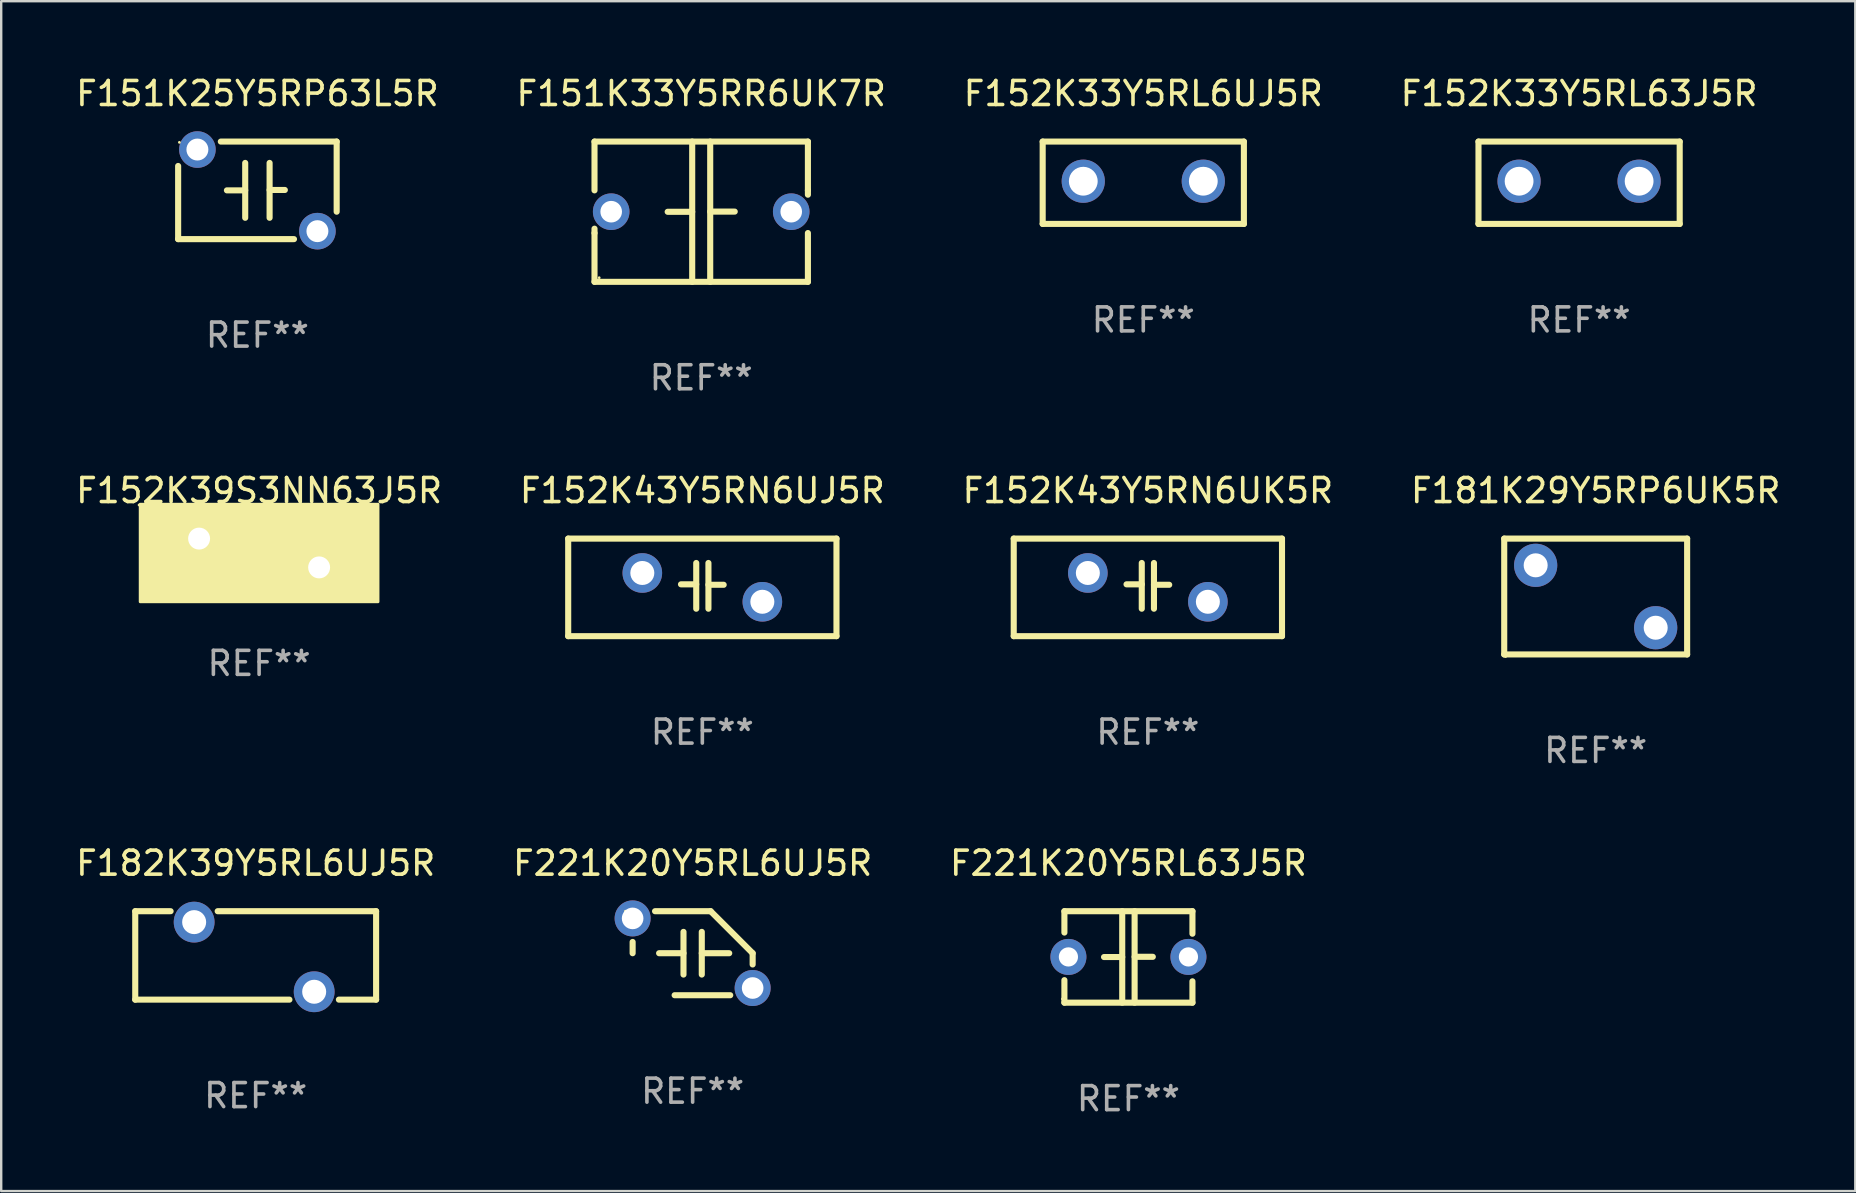
<source format=kicad_pcb>
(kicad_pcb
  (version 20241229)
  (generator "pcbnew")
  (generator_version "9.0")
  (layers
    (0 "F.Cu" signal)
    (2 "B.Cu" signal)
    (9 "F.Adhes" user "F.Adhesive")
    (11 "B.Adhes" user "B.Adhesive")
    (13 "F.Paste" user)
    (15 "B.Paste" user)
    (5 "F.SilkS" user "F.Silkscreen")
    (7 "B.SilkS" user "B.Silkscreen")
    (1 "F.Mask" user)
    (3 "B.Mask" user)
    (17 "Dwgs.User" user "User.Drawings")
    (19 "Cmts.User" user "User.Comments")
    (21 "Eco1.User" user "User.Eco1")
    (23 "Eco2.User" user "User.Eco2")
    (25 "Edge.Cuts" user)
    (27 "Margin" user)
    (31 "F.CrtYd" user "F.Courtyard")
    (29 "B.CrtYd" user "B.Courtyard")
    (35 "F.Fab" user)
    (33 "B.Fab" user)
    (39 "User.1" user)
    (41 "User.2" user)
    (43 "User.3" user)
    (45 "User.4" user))
  (footprint "F151K33Y5RR6UK7R"
    (layer "F.Cu")
    (at 26.161 5.769)
    (property "Reference" "F151K33Y5RR6UK7R" (at 0 -4.921 0) (layer "F.SilkS") (effects (font (size 1 1) (thickness 0.15))))
    (attr through_hole)
    (fp_line (start -4.445 -2.921) (end 4.445 -2.921) (stroke (width 0.254) (type solid)) (layer "F.SilkS"))
    (fp_line (start -4.445 -0.889) (end -4.445 -2.921) (stroke (width 0.254) (type solid)) (layer "F.SilkS"))
    (fp_line (start -4.445 0.889) (end -4.445 0.708) (stroke (width 0.254) (type solid)) (layer "F.SilkS"))
    (fp_line (start -4.445 2.921) (end -4.445 0.889) (stroke (width 0.254) (type solid)) (layer "F.SilkS"))
    (fp_line (start -0.375 0.004) (end -1.397 0.004) (stroke (width 0.254) (type solid)) (layer "F.SilkS"))
    (fp_line (start -0.375 2.921) (end -0.375 -2.921) (stroke (width 0.254) (type solid)) (layer "F.SilkS"))
    (fp_line (start 0.375 -2.921) (end 0.375 2.921) (stroke (width 0.254) (type solid)) (layer "F.SilkS"))
    (fp_line (start 0.375 -0.004) (end 1.397 -0.004) (stroke (width 0.254) (type solid)) (layer "F.SilkS"))
    (fp_line (start 4.445 -2.921) (end 4.445 -0.889) (stroke (width 0.254) (type solid)) (layer "F.SilkS"))
    (fp_line (start 4.445 -0.889) (end 4.445 -0.708) (stroke (width 0.254) (type solid)) (layer "F.SilkS"))
    (fp_line (start 4.445 0.889) (end 4.445 2.921) (stroke (width 0.254) (type solid)) (layer "F.SilkS"))
    (fp_line (start 4.445 2.921) (end -4.445 2.921) (stroke (width 0.254) (type solid)) (layer "F.SilkS"))
    (fp_circle (center -4.25 2.75) (end -4.22 2.75) (stroke (width 0.06) (type solid)) (fill no) (layer "F.SilkS"))
    (fp_text user "REF**" (at 0 6.921 0) (layer "F.Fab") (effects (font (size 1 1) (thickness 0.15))))
    (pad "1" thru_hole circle (at -3.75 0) (size 1.524 1.524) (drill 0.9) (layers "*.Cu" "*.Mask"))
    (pad "2" thru_hole circle (at 3.75 0) (size 1.524 1.524) (drill 0.9) (layers "*.Cu" "*.Mask")))
  (footprint "F181K29Y5RP6UK5R"
    (layer "F.Cu")
    (at 63.423 21.8)
    (property "Reference" "F181K29Y5RP6UK5R" (at 0 -4.413 0) (layer "F.SilkS") (effects (font (size 1 1) (thickness 0.15))))
    (attr through_hole)
    (fp_line (start -3.81 -2.413) (end -3.81 2.413) (stroke (width 0.254) (type solid)) (layer "F.SilkS"))
    (fp_line (start -3.81 2.413) (end 3.81 2.413) (stroke (width 0.254) (type solid)) (layer "F.SilkS"))
    (fp_line (start 3.81 -2.413) (end -3.81 -2.413) (stroke (width 0.254) (type solid)) (layer "F.SilkS"))
    (fp_line (start 3.81 2.413) (end 3.81 -2.413) (stroke (width 0.254) (type solid)) (layer "F.SilkS"))
    (fp_circle (center -3.75 2.5) (end -3.72 2.5) (stroke (width 0.06) (type solid)) (fill no) (layer "F.SilkS"))
    (fp_text user "REF**" (at 0 6.413 0) (layer "F.Fab") (effects (font (size 1 1) (thickness 0.15))))
    (pad "1" thru_hole circle (at -2.5 -1.3) (size 1.8 1.8) (drill 1) (layers "*.Cu" "*.Mask"))
    (pad "2" thru_hole circle (at 2.5 1.3) (size 1.8 1.8) (drill 1) (layers "*.Cu" "*.Mask")))
  (footprint "F151K25Y5RP63L5R"
    (layer "F.Cu")
    (at 7.673 4.88)
    (property "Reference" "F151K25Y5RP63L5R" (at 0 -4.032 0) (layer "F.SilkS") (effects (font (size 1 1) (thickness 0.15))))
    (attr through_hole)
    (fp_line (start -3.302 2.032) (end -3.302 -1.016) (stroke (width 0.254) (type solid)) (layer "F.SilkS"))
    (fp_line (start -3.302 2.032) (end 1.524 2.032) (stroke (width 0.254) (type solid)) (layer "F.SilkS"))
    (fp_line (start -1.524 -2.032) (end 3.302 -2.032) (stroke (width 0.254) (type solid)) (layer "F.SilkS"))
    (fp_line (start -1.27 0) (end -0.508 0) (stroke (width 0.254) (type solid)) (layer "F.SilkS"))
    (fp_line (start -0.508 1.143) (end -0.508 -1.143) (stroke (width 0.254) (type solid)) (layer "F.SilkS"))
    (fp_line (start 0.508 -0.016) (end 1.143 -0.016) (stroke (width 0.254) (type solid)) (layer "F.SilkS"))
    (fp_line (start 0.508 1.143) (end 0.508 -1.143) (stroke (width 0.254) (type solid)) (layer "F.SilkS"))
    (fp_line (start 3.302 -2.032) (end 3.302 0.889) (stroke (width 0.254) (type solid)) (layer "F.SilkS"))
    (fp_circle (center -3.25 -2) (end -3.22 -2) (stroke (width 0.06) (type solid)) (fill no) (layer "F.SilkS"))
    (fp_text user "REF**" (at 0 6.032 0) (layer "F.Fab") (effects (font (size 1 1) (thickness 0.15))))
    (pad "1" thru_hole circle (at -2.5 -1.7) (size 1.524 1.524) (drill 0.914) (layers "*.Cu" "*.Mask"))
    (pad "2" thru_hole circle (at 2.5 1.7) (size 1.524 1.524) (drill 0.914) (layers "*.Cu" "*.Mask")))
  (footprint "F182K39Y5RL6UJ5R"
    (layer "F.Cu")
    (at 7.601 36.751)
    (property "Reference" "F182K39Y5RL6UJ5R" (at 0 -3.842 0) (layer "F.SilkS") (effects (font (size 1 1) (thickness 0.15))))
    (attr through_hole)
    (fp_line (start -5.017 -1.842) (end -3.544 -1.842) (stroke (width 0.254) (type solid)) (layer "F.SilkS"))
    (fp_line (start -5.017 1.842) (end -5.017 -1.842) (stroke (width 0.254) (type solid)) (layer "F.SilkS"))
    (fp_line (start -1.583 -1.842) (end 5.017 -1.842) (stroke (width 0.254) (type solid)) (layer "F.SilkS"))
    (fp_line (start 1.406 1.842) (end -5.017 1.842) (stroke (width 0.254) (type solid)) (layer "F.SilkS"))
    (fp_line (start 5.017 -1.842) (end 5.017 1.842) (stroke (width 0.254) (type solid)) (layer "F.SilkS"))
    (fp_line (start 5.017 1.842) (end 3.467 1.842) (stroke (width 0.254) (type solid)) (layer "F.SilkS"))
    (fp_circle (center -5.064 -1.687) (end -5.034 -1.687) (stroke (width 0.06) (type solid)) (fill no) (layer "F.SilkS"))
    (fp_text user "REF**" (at 0 5.842 0) (layer "F.Fab") (effects (font (size 1 1) (thickness 0.15))))
    (pad "1" thru_hole circle (at -2.563 -1.387) (size 1.7 1.7) (drill 1) (layers "*.Cu" "*.Mask"))
    (pad "2" thru_hole circle (at 2.437 1.514) (size 1.7 1.7) (drill 1) (layers "*.Cu" "*.Mask")))
  (footprint "F152K33Y5RL63J5R"
    (layer "F.Cu")
    (at 62.732 4.563)
    (property "Reference" "F152K33Y5RL63J5R" (at 0 -3.715 0) (layer "F.SilkS") (effects (font (size 1 1) (thickness 0.15))))
    (attr through_hole)
    (fp_line (start -4.191 -1.715) (end -4.191 1.715) (stroke (width 0.254) (type solid)) (layer "F.SilkS"))
    (fp_line (start -4.191 1.715) (end 4.191 1.715) (stroke (width 0.254) (type solid)) (layer "F.SilkS"))
    (fp_line (start 4.191 -1.715) (end -4.191 -1.715) (stroke (width 0.254) (type solid)) (layer "F.SilkS"))
    (fp_line (start 4.191 1.715) (end 4.191 -1.715) (stroke (width 0.254) (type solid)) (layer "F.SilkS"))
    (fp_circle (center -4.25 1.687) (end -4.22 1.687) (stroke (width 0.06) (type solid)) (fill no) (layer "F.SilkS"))
    (fp_text user "REF**" (at 0 5.715 0) (layer "F.Fab") (effects (font (size 1 1) (thickness 0.15))))
    (pad "1" thru_hole circle (at -2.5 -0.064) (size 1.8 1.8) (drill 1.2) (layers "*.Cu" "*.Mask"))
    (pad "2" thru_hole circle (at 2.5 -0.064) (size 1.8 1.8) (drill 1.2) (layers "*.Cu" "*.Mask")))
  (footprint "F152K43Y5RN6UK5R"
    (layer "F.Cu")
    (at 44.768 21.419)
    (property "Reference" "F152K43Y5RN6UK5R" (at 0 -4.032 0) (layer "F.SilkS") (effects (font (size 1 1) (thickness 0.15))))
    (attr through_hole)
    (fp_line (start -5.588 -2.032) (end -5.588 2.032) (stroke (width 0.254) (type solid)) (layer "F.SilkS"))
    (fp_line (start -5.588 2.032) (end 5.588 2.032) (stroke (width 0.254) (type solid)) (layer "F.SilkS"))
    (fp_line (start -0.889 -0.127) (end -0.254 -0.127) (stroke (width 0.254) (type solid)) (layer "F.SilkS"))
    (fp_line (start -0.254 -1.016) (end -0.254 0.889) (stroke (width 0.254) (type solid)) (layer "F.SilkS"))
    (fp_line (start 0.254 -1.016) (end 0.254 0.889) (stroke (width 0.254) (type solid)) (layer "F.SilkS"))
    (fp_line (start 0.254 -0.108) (end 0.889 -0.108) (stroke (width 0.254) (type solid)) (layer "F.SilkS"))
    (fp_line (start 5.588 -2.032) (end -5.588 -2.032) (stroke (width 0.254) (type solid)) (layer "F.SilkS"))
    (fp_line (start 5.588 2.032) (end 5.588 -2.032) (stroke (width 0.254) (type solid)) (layer "F.SilkS"))
    (fp_circle (center -5.5 2) (end -5.47 2) (stroke (width 0.06) (type solid)) (fill no) (layer "F.SilkS"))
    (fp_text user "REF**" (at 0 6.032 0) (layer "F.Fab") (effects (font (size 1 1) (thickness 0.15))))
    (pad "1" thru_hole circle (at -2.5 -0.6) (size 1.65 1.65) (drill 1) (layers "*.Cu" "*.Mask"))
    (pad "2" thru_hole circle (at 2.5 0.6) (size 1.65 1.65) (drill 1) (layers "*.Cu" "*.Mask")))
  (footprint "F221K20Y5RL63J5R"
    (layer "F.Cu")
    (at 43.958 36.814)
    (property "Reference" "F221K20Y5RL63J5R" (at 0 -3.905 0) (layer "F.SilkS") (effects (font (size 1 1) (thickness 0.15))))
    (attr through_hole)
    (fp_line (start -2.667 -1.905) (end -2.667 -1.016) (stroke (width 0.254) (type solid)) (layer "F.SilkS"))
    (fp_line (start -2.667 0.967) (end -2.667 1.905) (stroke (width 0.254) (type solid)) (layer "F.SilkS"))
    (fp_line (start -2.667 1.905) (end 2.667 1.905) (stroke (width 0.254) (type solid)) (layer "F.SilkS"))
    (fp_line (start -0.258 0.005) (end -1.016 0.005) (stroke (width 0.254) (type solid)) (layer "F.SilkS"))
    (fp_line (start -0.258 1.905) (end -0.258 -1.905) (stroke (width 0.254) (type solid)) (layer "F.SilkS"))
    (fp_line (start 0.258 -1.905) (end 0.258 1.905) (stroke (width 0.254) (type solid)) (layer "F.SilkS"))
    (fp_line (start 0.258 -0.005) (end 1.016 -0.005) (stroke (width 0.254) (type solid)) (layer "F.SilkS"))
    (fp_line (start 2.667 -1.905) (end -2.667 -1.905) (stroke (width 0.254) (type solid)) (layer "F.SilkS"))
    (fp_line (start 2.667 -0.967) (end 2.667 -1.905) (stroke (width 0.254) (type solid)) (layer "F.SilkS"))
    (fp_line (start 2.667 1.905) (end 2.667 1.016) (stroke (width 0.254) (type solid)) (layer "F.SilkS"))
    (fp_circle (center -2.75 1.75) (end -2.72 1.75) (stroke (width 0.06) (type solid)) (fill no) (layer "F.SilkS"))
    (fp_text user "REF**" (at 0 5.905 0) (layer "F.Fab") (effects (font (size 1 1) (thickness 0.15))))
    (pad "1" thru_hole circle (at -2.5 0) (size 1.5 1.5) (drill 0.8) (layers "*.Cu" "*.Mask"))
    (pad "2" thru_hole circle (at 2.5 0) (size 1.5 1.5) (drill 0.8) (layers "*.Cu" "*.Mask")))
  (footprint "F221K20Y5RL6UJ5R"
    (layer "F.Cu")
    (at 25.804 36.659)
    (property "Reference" "F221K20Y5RL6UJ5R" (at 0 -3.75 0) (layer "F.SilkS") (effects (font (size 1 1) (thickness 0.15))))
    (attr through_hole)
    (fp_line (start -2.5 0) (end -2.5 -0.469) (stroke (width 0.254) (type solid)) (layer "F.SilkS"))
    (fp_line (start -1.397 0) (end -0.381 0) (stroke (width 0.254) (type solid)) (layer "F.SilkS"))
    (fp_line (start -0.75 1.75) (end 1.566 1.75) (stroke (width 0.254) (type solid)) (layer "F.SilkS"))
    (fp_line (start -0.381 -0.889) (end -0.381 0.889) (stroke (width 0.254) (type solid)) (layer "F.SilkS"))
    (fp_line (start 0.381 -0.889) (end 0.381 0.889) (stroke (width 0.254) (type solid)) (layer "F.SilkS"))
    (fp_line (start 0.75 -1.75) (end -1.566 -1.75) (stroke (width 0.254) (type solid)) (layer "F.SilkS"))
    (fp_line (start 1.524 0) (end 0.381 0) (stroke (width 0.254) (type solid)) (layer "F.SilkS"))
    (fp_line (start 2.5 0) (end 2.5 0.469) (stroke (width 0.254) (type solid)) (layer "F.SilkS"))
    (fp_arc (start -2.499962 0) (mid 2.499984 -0.000022) (end -2.499962 0) (stroke (width 0.254001) (type solid)) (layer "F.SilkS"))
    (fp_arc (start 2.500013 0) (mid 1.623463 -0.873464) (end 0.749999 -1.750014) (stroke (width 0.254001) (type solid)) (layer "F.SilkS"))
    (fp_circle (center -2.8 -1.75) (end -2.77 -1.75) (stroke (width 0.06) (type solid)) (fill no) (layer "F.SilkS"))
    (fp_text user "REF**" (at 0 5.75 0) (layer "F.Fab") (effects (font (size 1 1) (thickness 0.15))))
    (pad "1" thru_hole circle (at -2.5 -1.45) (size 1.5 1.5) (drill 0.9) (layers "*.Cu" "*.Mask"))
    (pad "2" thru_hole circle (at 2.5 1.45) (size 1.5 1.5) (drill 0.9) (layers "*.Cu" "*.Mask")))
  (footprint "F152K33Y5RL6UJ5R"
    (layer "F.Cu")
    (at 44.577 4.563)
    (property "Reference" "F152K33Y5RL6UJ5R" (at 0 -3.715 0) (layer "F.SilkS") (effects (font (size 1 1) (thickness 0.15))))
    (attr through_hole)
    (fp_line (start -4.191 -1.715) (end -4.191 1.715) (stroke (width 0.254) (type solid)) (layer "F.SilkS"))
    (fp_line (start -4.191 1.715) (end 4.191 1.715) (stroke (width 0.254) (type solid)) (layer "F.SilkS"))
    (fp_line (start 4.191 -1.715) (end -4.191 -1.715) (stroke (width 0.254) (type solid)) (layer "F.SilkS"))
    (fp_line (start 4.191 1.715) (end 4.191 -1.715) (stroke (width 0.254) (type solid)) (layer "F.SilkS"))
    (fp_circle (center -4.25 1.687) (end -4.22 1.687) (stroke (width 0.06) (type solid)) (fill no) (layer "F.SilkS"))
    (fp_text user "REF**" (at 0 5.715 0) (layer "F.Fab") (effects (font (size 1 1) (thickness 0.15))))
    (pad "1" thru_hole circle (at -2.5 -0.064) (size 1.8 1.8) (drill 1.2) (layers "*.Cu" "*.Mask"))
    (pad "2" thru_hole circle (at 2.5 -0.064) (size 1.8 1.8) (drill 1.2) (layers "*.Cu" "*.Mask")))
  (footprint "F152K43Y5RN6UJ5R"
    (layer "F.Cu")
    (at 26.208 21.419)
    (property "Reference" "F152K43Y5RN6UJ5R" (at 0 -4.032 0) (layer "F.SilkS") (effects (font (size 1 1) (thickness 0.15))))
    (attr through_hole)
    (fp_line (start -5.588 -2.032) (end -5.588 2.032) (stroke (width 0.254) (type solid)) (layer "F.SilkS"))
    (fp_line (start -5.588 2.032) (end 5.588 2.032) (stroke (width 0.254) (type solid)) (layer "F.SilkS"))
    (fp_line (start -0.889 -0.127) (end -0.254 -0.127) (stroke (width 0.254) (type solid)) (layer "F.SilkS"))
    (fp_line (start -0.254 -1.016) (end -0.254 0.889) (stroke (width 0.254) (type solid)) (layer "F.SilkS"))
    (fp_line (start 0.254 -1.016) (end 0.254 0.889) (stroke (width 0.254) (type solid)) (layer "F.SilkS"))
    (fp_line (start 0.254 -0.108) (end 0.889 -0.108) (stroke (width 0.254) (type solid)) (layer "F.SilkS"))
    (fp_line (start 5.588 -2.032) (end -5.588 -2.032) (stroke (width 0.254) (type solid)) (layer "F.SilkS"))
    (fp_line (start 5.588 2.032) (end 5.588 -2.032) (stroke (width 0.254) (type solid)) (layer "F.SilkS"))
    (fp_circle (center -5.5 2) (end -5.47 2) (stroke (width 0.06) (type solid)) (fill no) (layer "F.SilkS"))
    (fp_text user "REF**" (at 0 6.032 0) (layer "F.Fab") (effects (font (size 1 1) (thickness 0.15))))
    (pad "1" thru_hole circle (at -2.5 -0.6) (size 1.65 1.65) (drill 1) (layers "*.Cu" "*.Mask"))
    (pad "2" thru_hole circle (at 2.5 0.6) (size 1.65 1.65) (drill 1) (layers "*.Cu" "*.Mask")))
  (footprint "F152K39S3NN63J5R"
    (layer "F.Cu")
    (at 7.744 19.987)
    (property "Reference" "F152K39S3NN63J5R" (at 0 -2.6 0) (layer "F.SilkS") (effects (font (size 1 1) (thickness 0.15))))
    (attr through_hole)
    (fp_circle (center -5 -2) (end -4.97 -2) (stroke (width 0.06) (type solid)) (fill no) (layer "F.SilkS"))
    (fp_poly (pts (xy -4.953 -2.032) (xy 4.953 -2.032) (xy 4.953 2.032) (xy -4.953 2.032)) (stroke (width 0.12) (type solid)) (fill yes) (layer "F.SilkS"))
    (fp_text user "REF**" (at 0 4.6 0) (layer "F.Fab") (effects (font (size 1 1) (thickness 0.15))))
    (pad "1" thru_hole circle (at -2.5 -0.6) (size 1.524 1.524) (drill 0.914) (layers "*.Cu" "*.Mask"))
    (pad "2" thru_hole circle (at 2.5 0.6) (size 1.524 1.524) (drill 0.914) (layers "*.Cu" "*.Mask")))
  (gr_rect
    (start -3 -3)
    (end 74.238 46.568)
    (stroke (width 0.1) (type default))
    (fill no)
    (layer "Edge.Cuts")))
</source>
